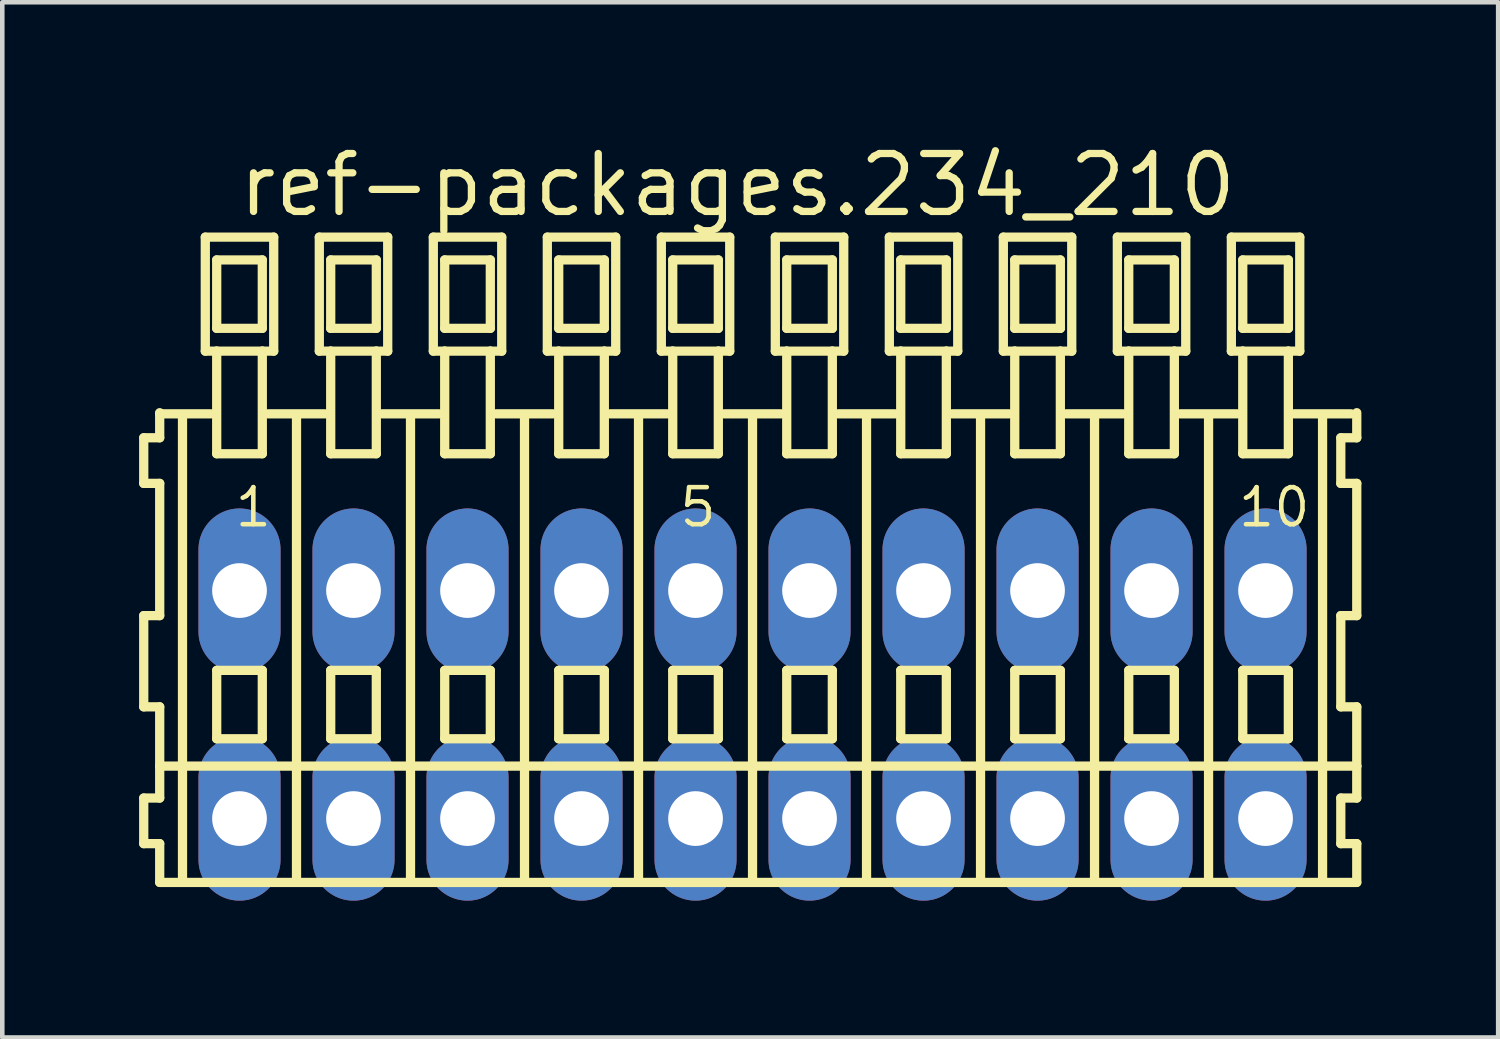
<source format=kicad_pcb>
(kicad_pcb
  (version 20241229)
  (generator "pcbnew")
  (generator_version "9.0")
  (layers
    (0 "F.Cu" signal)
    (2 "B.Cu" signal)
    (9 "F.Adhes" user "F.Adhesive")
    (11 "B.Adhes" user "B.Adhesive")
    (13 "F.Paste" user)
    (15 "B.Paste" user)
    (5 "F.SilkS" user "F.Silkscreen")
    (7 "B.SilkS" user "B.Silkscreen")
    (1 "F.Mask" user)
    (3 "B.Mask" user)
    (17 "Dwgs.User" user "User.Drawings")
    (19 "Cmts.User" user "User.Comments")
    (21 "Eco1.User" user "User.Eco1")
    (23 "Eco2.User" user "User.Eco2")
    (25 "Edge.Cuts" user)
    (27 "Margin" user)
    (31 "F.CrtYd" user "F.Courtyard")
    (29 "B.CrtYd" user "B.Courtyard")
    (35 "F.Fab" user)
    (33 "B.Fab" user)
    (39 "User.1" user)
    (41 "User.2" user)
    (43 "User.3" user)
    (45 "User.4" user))
  (footprint "ref-packages.234_210"
    (layer "F.Cu")
    (at 13.452 12.4)
    (property "Reference" "ref-packages.234_210" (at -11.35 -10.65 0) (layer "F.SilkS") (effects (font (size 1.27 1.27) (thickness 0.16)) (justify left bottom)))
    (attr through_hole)
    (fp_line (start -13.35 -5.85) (end -13.35 -4.85) (stroke (width 0.203) (type default)) (layer "F.SilkS"))
    (fp_line (start -13.35 -4.85) (end -13 -4.85) (stroke (width 0.203) (type default)) (layer "F.SilkS"))
    (fp_line (start -13.35 -1.95) (end -13.35 0.05) (stroke (width 0.203) (type default)) (layer "F.SilkS"))
    (fp_line (start -13.35 0.05) (end -13 0.05) (stroke (width 0.203) (type default)) (layer "F.SilkS"))
    (fp_line (start -13.35 2.05) (end -13.35 3.05) (stroke (width 0.203) (type default)) (layer "F.SilkS"))
    (fp_line (start -13.35 3.05) (end -13 3.05) (stroke (width 0.203) (type default)) (layer "F.SilkS"))
    (fp_line (start -13 -6.4) (end -13 -6.375) (stroke (width 0.203) (type default)) (layer "F.SilkS"))
    (fp_line (start -13 -6.375) (end -13 -5.85) (stroke (width 0.203) (type default)) (layer "F.SilkS"))
    (fp_line (start -13 -6.375) (end -11.875 -6.375) (stroke (width 0.203) (type default)) (layer "F.SilkS"))
    (fp_line (start -13 -5.85) (end -13.35 -5.85) (stroke (width 0.203) (type default)) (layer "F.SilkS"))
    (fp_line (start -13 -4.85) (end -13 -1.95) (stroke (width 0.203) (type default)) (layer "F.SilkS"))
    (fp_line (start -13 -1.95) (end -13.35 -1.95) (stroke (width 0.203) (type default)) (layer "F.SilkS"))
    (fp_line (start -13 0.05) (end -13 1.35) (stroke (width 0.203) (type default)) (layer "F.SilkS"))
    (fp_line (start -13 1.35) (end -13 2.05) (stroke (width 0.203) (type default)) (layer "F.SilkS"))
    (fp_line (start -13 1.35) (end 13.25 1.35) (stroke (width 0.203) (type default)) (layer "F.SilkS"))
    (fp_line (start -13 2.05) (end -13.35 2.05) (stroke (width 0.203) (type default)) (layer "F.SilkS"))
    (fp_line (start -13 3.05) (end -13 3.9) (stroke (width 0.203) (type default)) (layer "F.SilkS"))
    (fp_line (start -13 3.9) (end 13.25 3.9) (stroke (width 0.203) (type default)) (layer "F.SilkS"))
    (fp_line (start -12.5 -6.35) (end -12.5 3.8) (stroke (width 0.203) (type default)) (layer "F.SilkS"))
    (fp_line (start -12 -10.25) (end -12 -7.75) (stroke (width 0.203) (type default)) (layer "F.SilkS"))
    (fp_line (start -12 -7.75) (end -11.75 -7.75) (stroke (width 0.203) (type default)) (layer "F.SilkS"))
    (fp_line (start -11.75 -9.75) (end -11.75 -8.25) (stroke (width 0.203) (type default)) (layer "F.SilkS"))
    (fp_line (start -11.75 -8.25) (end -10.75 -8.25) (stroke (width 0.203) (type default)) (layer "F.SilkS"))
    (fp_line (start -11.75 -7.75) (end -11.75 -5.5) (stroke (width 0.203) (type default)) (layer "F.SilkS"))
    (fp_line (start -11.75 -7.75) (end -10.75 -7.75) (stroke (width 0.203) (type default)) (layer "F.SilkS"))
    (fp_line (start -11.75 -5.5) (end -10.75 -5.5) (stroke (width 0.203) (type default)) (layer "F.SilkS"))
    (fp_line (start -11.75 -0.75) (end -11.75 0.75) (stroke (width 0.203) (type default)) (layer "F.SilkS"))
    (fp_line (start -11.75 0.75) (end -10.75 0.75) (stroke (width 0.203) (type default)) (layer "F.SilkS"))
    (fp_line (start -10.75 -9.75) (end -11.75 -9.75) (stroke (width 0.203) (type default)) (layer "F.SilkS"))
    (fp_line (start -10.75 -8.25) (end -10.75 -9.75) (stroke (width 0.203) (type default)) (layer "F.SilkS"))
    (fp_line (start -10.75 -7.75) (end -10.5 -7.75) (stroke (width 0.203) (type default)) (layer "F.SilkS"))
    (fp_line (start -10.75 -5.5) (end -10.75 -7.75) (stroke (width 0.203) (type default)) (layer "F.SilkS"))
    (fp_line (start -10.75 -0.75) (end -11.75 -0.75) (stroke (width 0.203) (type default)) (layer "F.SilkS"))
    (fp_line (start -10.75 0.75) (end -10.75 -0.75) (stroke (width 0.203) (type default)) (layer "F.SilkS"))
    (fp_line (start -10.625 -6.375) (end -9.375 -6.375) (stroke (width 0.203) (type default)) (layer "F.SilkS"))
    (fp_line (start -10.5 -10.25) (end -12 -10.25) (stroke (width 0.203) (type default)) (layer "F.SilkS"))
    (fp_line (start -10.5 -7.75) (end -10.5 -10.25) (stroke (width 0.203) (type default)) (layer "F.SilkS"))
    (fp_line (start -10 -6.35) (end -10 3.8) (stroke (width 0.203) (type default)) (layer "F.SilkS"))
    (fp_line (start -9.5 -10.25) (end -9.5 -7.75) (stroke (width 0.203) (type default)) (layer "F.SilkS"))
    (fp_line (start -9.5 -7.75) (end -9.25 -7.75) (stroke (width 0.203) (type default)) (layer "F.SilkS"))
    (fp_line (start -9.25 -9.75) (end -9.25 -8.25) (stroke (width 0.203) (type default)) (layer "F.SilkS"))
    (fp_line (start -9.25 -8.25) (end -8.25 -8.25) (stroke (width 0.203) (type default)) (layer "F.SilkS"))
    (fp_line (start -9.25 -7.75) (end -9.25 -5.5) (stroke (width 0.203) (type default)) (layer "F.SilkS"))
    (fp_line (start -9.25 -7.75) (end -8.25 -7.75) (stroke (width 0.203) (type default)) (layer "F.SilkS"))
    (fp_line (start -9.25 -5.5) (end -8.25 -5.5) (stroke (width 0.203) (type default)) (layer "F.SilkS"))
    (fp_line (start -9.25 -0.75) (end -9.25 0.75) (stroke (width 0.203) (type default)) (layer "F.SilkS"))
    (fp_line (start -9.25 0.75) (end -8.25 0.75) (stroke (width 0.203) (type default)) (layer "F.SilkS"))
    (fp_line (start -8.25 -9.75) (end -9.25 -9.75) (stroke (width 0.203) (type default)) (layer "F.SilkS"))
    (fp_line (start -8.25 -8.25) (end -8.25 -9.75) (stroke (width 0.203) (type default)) (layer "F.SilkS"))
    (fp_line (start -8.25 -7.75) (end -8 -7.75) (stroke (width 0.203) (type default)) (layer "F.SilkS"))
    (fp_line (start -8.25 -5.5) (end -8.25 -7.75) (stroke (width 0.203) (type default)) (layer "F.SilkS"))
    (fp_line (start -8.25 -0.75) (end -9.25 -0.75) (stroke (width 0.203) (type default)) (layer "F.SilkS"))
    (fp_line (start -8.25 0.75) (end -8.25 -0.75) (stroke (width 0.203) (type default)) (layer "F.SilkS"))
    (fp_line (start -8.125 -6.375) (end -6.875 -6.375) (stroke (width 0.203) (type default)) (layer "F.SilkS"))
    (fp_line (start -8 -10.25) (end -9.5 -10.25) (stroke (width 0.203) (type default)) (layer "F.SilkS"))
    (fp_line (start -8 -7.75) (end -8 -10.25) (stroke (width 0.203) (type default)) (layer "F.SilkS"))
    (fp_line (start -7.5 -6.35) (end -7.5 3.8) (stroke (width 0.203) (type default)) (layer "F.SilkS"))
    (fp_line (start -7 -10.25) (end -7 -7.75) (stroke (width 0.203) (type default)) (layer "F.SilkS"))
    (fp_line (start -7 -7.75) (end -6.75 -7.75) (stroke (width 0.203) (type default)) (layer "F.SilkS"))
    (fp_line (start -6.75 -9.75) (end -6.75 -8.25) (stroke (width 0.203) (type default)) (layer "F.SilkS"))
    (fp_line (start -6.75 -8.25) (end -5.75 -8.25) (stroke (width 0.203) (type default)) (layer "F.SilkS"))
    (fp_line (start -6.75 -7.75) (end -6.75 -5.5) (stroke (width 0.203) (type default)) (layer "F.SilkS"))
    (fp_line (start -6.75 -7.75) (end -5.75 -7.75) (stroke (width 0.203) (type default)) (layer "F.SilkS"))
    (fp_line (start -6.75 -5.5) (end -5.75 -5.5) (stroke (width 0.203) (type default)) (layer "F.SilkS"))
    (fp_line (start -6.75 -0.75) (end -6.75 0.75) (stroke (width 0.203) (type default)) (layer "F.SilkS"))
    (fp_line (start -6.75 0.75) (end -5.75 0.75) (stroke (width 0.203) (type default)) (layer "F.SilkS"))
    (fp_line (start -5.75 -9.75) (end -6.75 -9.75) (stroke (width 0.203) (type default)) (layer "F.SilkS"))
    (fp_line (start -5.75 -8.25) (end -5.75 -9.75) (stroke (width 0.203) (type default)) (layer "F.SilkS"))
    (fp_line (start -5.75 -7.75) (end -5.5 -7.75) (stroke (width 0.203) (type default)) (layer "F.SilkS"))
    (fp_line (start -5.75 -5.5) (end -5.75 -7.75) (stroke (width 0.203) (type default)) (layer "F.SilkS"))
    (fp_line (start -5.75 -0.75) (end -6.75 -0.75) (stroke (width 0.203) (type default)) (layer "F.SilkS"))
    (fp_line (start -5.75 0.75) (end -5.75 -0.75) (stroke (width 0.203) (type default)) (layer "F.SilkS"))
    (fp_line (start -5.625 -6.375) (end -4.375 -6.375) (stroke (width 0.203) (type default)) (layer "F.SilkS"))
    (fp_line (start -5.5 -10.25) (end -7 -10.25) (stroke (width 0.203) (type default)) (layer "F.SilkS"))
    (fp_line (start -5.5 -7.75) (end -5.5 -10.25) (stroke (width 0.203) (type default)) (layer "F.SilkS"))
    (fp_line (start -5 -6.35) (end -5 3.8) (stroke (width 0.203) (type default)) (layer "F.SilkS"))
    (fp_line (start -4.5 -10.25) (end -4.5 -7.75) (stroke (width 0.203) (type default)) (layer "F.SilkS"))
    (fp_line (start -4.5 -7.75) (end -4.25 -7.75) (stroke (width 0.203) (type default)) (layer "F.SilkS"))
    (fp_line (start -4.25 -9.75) (end -4.25 -8.25) (stroke (width 0.203) (type default)) (layer "F.SilkS"))
    (fp_line (start -4.25 -8.25) (end -3.25 -8.25) (stroke (width 0.203) (type default)) (layer "F.SilkS"))
    (fp_line (start -4.25 -7.75) (end -4.25 -5.5) (stroke (width 0.203) (type default)) (layer "F.SilkS"))
    (fp_line (start -4.25 -7.75) (end -3.25 -7.75) (stroke (width 0.203) (type default)) (layer "F.SilkS"))
    (fp_line (start -4.25 -5.5) (end -3.25 -5.5) (stroke (width 0.203) (type default)) (layer "F.SilkS"))
    (fp_line (start -4.25 -0.75) (end -4.25 0.75) (stroke (width 0.203) (type default)) (layer "F.SilkS"))
    (fp_line (start -4.25 0.75) (end -3.25 0.75) (stroke (width 0.203) (type default)) (layer "F.SilkS"))
    (fp_line (start -3.25 -9.75) (end -4.25 -9.75) (stroke (width 0.203) (type default)) (layer "F.SilkS"))
    (fp_line (start -3.25 -8.25) (end -3.25 -9.75) (stroke (width 0.203) (type default)) (layer "F.SilkS"))
    (fp_line (start -3.25 -7.75) (end -3 -7.75) (stroke (width 0.203) (type default)) (layer "F.SilkS"))
    (fp_line (start -3.25 -5.5) (end -3.25 -7.75) (stroke (width 0.203) (type default)) (layer "F.SilkS"))
    (fp_line (start -3.25 -0.75) (end -4.25 -0.75) (stroke (width 0.203) (type default)) (layer "F.SilkS"))
    (fp_line (start -3.25 0.75) (end -3.25 -0.75) (stroke (width 0.203) (type default)) (layer "F.SilkS"))
    (fp_line (start -3.125 -6.375) (end -1.875 -6.375) (stroke (width 0.203) (type default)) (layer "F.SilkS"))
    (fp_line (start -3 -10.25) (end -4.5 -10.25) (stroke (width 0.203) (type default)) (layer "F.SilkS"))
    (fp_line (start -3 -7.75) (end -3 -10.25) (stroke (width 0.203) (type default)) (layer "F.SilkS"))
    (fp_line (start -2.5 -6.35) (end -2.5 3.8) (stroke (width 0.203) (type default)) (layer "F.SilkS"))
    (fp_line (start -2 -10.25) (end -2 -7.75) (stroke (width 0.203) (type default)) (layer "F.SilkS"))
    (fp_line (start -2 -7.75) (end -1.75 -7.75) (stroke (width 0.203) (type default)) (layer "F.SilkS"))
    (fp_line (start -1.75 -9.75) (end -1.75 -8.25) (stroke (width 0.203) (type default)) (layer "F.SilkS"))
    (fp_line (start -1.75 -8.25) (end -0.75 -8.25) (stroke (width 0.203) (type default)) (layer "F.SilkS"))
    (fp_line (start -1.75 -7.75) (end -1.75 -5.5) (stroke (width 0.203) (type default)) (layer "F.SilkS"))
    (fp_line (start -1.75 -7.75) (end -0.75 -7.75) (stroke (width 0.203) (type default)) (layer "F.SilkS"))
    (fp_line (start -1.75 -5.5) (end -0.75 -5.5) (stroke (width 0.203) (type default)) (layer "F.SilkS"))
    (fp_line (start -1.75 -0.75) (end -1.75 0.75) (stroke (width 0.203) (type default)) (layer "F.SilkS"))
    (fp_line (start -1.75 0.75) (end -0.75 0.75) (stroke (width 0.203) (type default)) (layer "F.SilkS"))
    (fp_line (start -0.75 -9.75) (end -1.75 -9.75) (stroke (width 0.203) (type default)) (layer "F.SilkS"))
    (fp_line (start -0.75 -8.25) (end -0.75 -9.75) (stroke (width 0.203) (type default)) (layer "F.SilkS"))
    (fp_line (start -0.75 -7.75) (end -0.5 -7.75) (stroke (width 0.203) (type default)) (layer "F.SilkS"))
    (fp_line (start -0.75 -5.5) (end -0.75 -7.75) (stroke (width 0.203) (type default)) (layer "F.SilkS"))
    (fp_line (start -0.75 -0.75) (end -1.75 -0.75) (stroke (width 0.203) (type default)) (layer "F.SilkS"))
    (fp_line (start -0.75 0.75) (end -0.75 -0.75) (stroke (width 0.203) (type default)) (layer "F.SilkS"))
    (fp_line (start -0.625 -6.375) (end 0.625 -6.375) (stroke (width 0.203) (type default)) (layer "F.SilkS"))
    (fp_line (start -0.5 -10.25) (end -2 -10.25) (stroke (width 0.203) (type default)) (layer "F.SilkS"))
    (fp_line (start -0.5 -7.75) (end -0.5 -10.25) (stroke (width 0.203) (type default)) (layer "F.SilkS"))
    (fp_line (start 0 -6.35) (end 0 3.8) (stroke (width 0.203) (type default)) (layer "F.SilkS"))
    (fp_line (start 0.5 -10.25) (end 0.5 -7.75) (stroke (width 0.203) (type default)) (layer "F.SilkS"))
    (fp_line (start 0.5 -7.75) (end 0.75 -7.75) (stroke (width 0.203) (type default)) (layer "F.SilkS"))
    (fp_line (start 0.75 -9.75) (end 0.75 -8.25) (stroke (width 0.203) (type default)) (layer "F.SilkS"))
    (fp_line (start 0.75 -8.25) (end 1.75 -8.25) (stroke (width 0.203) (type default)) (layer "F.SilkS"))
    (fp_line (start 0.75 -7.75) (end 0.75 -5.5) (stroke (width 0.203) (type default)) (layer "F.SilkS"))
    (fp_line (start 0.75 -7.75) (end 1.75 -7.75) (stroke (width 0.203) (type default)) (layer "F.SilkS"))
    (fp_line (start 0.75 -5.5) (end 1.75 -5.5) (stroke (width 0.203) (type default)) (layer "F.SilkS"))
    (fp_line (start 0.75 -0.75) (end 0.75 0.75) (stroke (width 0.203) (type default)) (layer "F.SilkS"))
    (fp_line (start 0.75 0.75) (end 1.75 0.75) (stroke (width 0.203) (type default)) (layer "F.SilkS"))
    (fp_line (start 1.75 -9.75) (end 0.75 -9.75) (stroke (width 0.203) (type default)) (layer "F.SilkS"))
    (fp_line (start 1.75 -8.25) (end 1.75 -9.75) (stroke (width 0.203) (type default)) (layer "F.SilkS"))
    (fp_line (start 1.75 -7.75) (end 2 -7.75) (stroke (width 0.203) (type default)) (layer "F.SilkS"))
    (fp_line (start 1.75 -5.5) (end 1.75 -7.75) (stroke (width 0.203) (type default)) (layer "F.SilkS"))
    (fp_line (start 1.75 -0.75) (end 0.75 -0.75) (stroke (width 0.203) (type default)) (layer "F.SilkS"))
    (fp_line (start 1.75 0.75) (end 1.75 -0.75) (stroke (width 0.203) (type default)) (layer "F.SilkS"))
    (fp_line (start 1.875 -6.375) (end 3.125 -6.375) (stroke (width 0.203) (type default)) (layer "F.SilkS"))
    (fp_line (start 2 -10.25) (end 0.5 -10.25) (stroke (width 0.203) (type default)) (layer "F.SilkS"))
    (fp_line (start 2 -7.75) (end 2 -10.25) (stroke (width 0.203) (type default)) (layer "F.SilkS"))
    (fp_line (start 2.5 -6.35) (end 2.5 3.8) (stroke (width 0.203) (type default)) (layer "F.SilkS"))
    (fp_line (start 3 -10.25) (end 3 -7.75) (stroke (width 0.203) (type default)) (layer "F.SilkS"))
    (fp_line (start 3 -7.75) (end 3.25 -7.75) (stroke (width 0.203) (type default)) (layer "F.SilkS"))
    (fp_line (start 3.25 -9.75) (end 3.25 -8.25) (stroke (width 0.203) (type default)) (layer "F.SilkS"))
    (fp_line (start 3.25 -8.25) (end 4.25 -8.25) (stroke (width 0.203) (type default)) (layer "F.SilkS"))
    (fp_line (start 3.25 -7.75) (end 3.25 -5.5) (stroke (width 0.203) (type default)) (layer "F.SilkS"))
    (fp_line (start 3.25 -7.75) (end 4.25 -7.75) (stroke (width 0.203) (type default)) (layer "F.SilkS"))
    (fp_line (start 3.25 -5.5) (end 4.25 -5.5) (stroke (width 0.203) (type default)) (layer "F.SilkS"))
    (fp_line (start 3.25 -0.75) (end 3.25 0.75) (stroke (width 0.203) (type default)) (layer "F.SilkS"))
    (fp_line (start 3.25 0.75) (end 4.25 0.75) (stroke (width 0.203) (type default)) (layer "F.SilkS"))
    (fp_line (start 4.25 -9.75) (end 3.25 -9.75) (stroke (width 0.203) (type default)) (layer "F.SilkS"))
    (fp_line (start 4.25 -8.25) (end 4.25 -9.75) (stroke (width 0.203) (type default)) (layer "F.SilkS"))
    (fp_line (start 4.25 -7.75) (end 4.5 -7.75) (stroke (width 0.203) (type default)) (layer "F.SilkS"))
    (fp_line (start 4.25 -5.5) (end 4.25 -7.75) (stroke (width 0.203) (type default)) (layer "F.SilkS"))
    (fp_line (start 4.25 -0.75) (end 3.25 -0.75) (stroke (width 0.203) (type default)) (layer "F.SilkS"))
    (fp_line (start 4.25 0.75) (end 4.25 -0.75) (stroke (width 0.203) (type default)) (layer "F.SilkS"))
    (fp_line (start 4.375 -6.375) (end 5.625 -6.375) (stroke (width 0.203) (type default)) (layer "F.SilkS"))
    (fp_line (start 4.5 -10.25) (end 3 -10.25) (stroke (width 0.203) (type default)) (layer "F.SilkS"))
    (fp_line (start 4.5 -7.75) (end 4.5 -10.25) (stroke (width 0.203) (type default)) (layer "F.SilkS"))
    (fp_line (start 5 -6.35) (end 5 3.8) (stroke (width 0.203) (type default)) (layer "F.SilkS"))
    (fp_line (start 5.5 -10.25) (end 5.5 -7.75) (stroke (width 0.203) (type default)) (layer "F.SilkS"))
    (fp_line (start 5.5 -7.75) (end 5.75 -7.75) (stroke (width 0.203) (type default)) (layer "F.SilkS"))
    (fp_line (start 5.75 -9.75) (end 5.75 -8.25) (stroke (width 0.203) (type default)) (layer "F.SilkS"))
    (fp_line (start 5.75 -8.25) (end 6.75 -8.25) (stroke (width 0.203) (type default)) (layer "F.SilkS"))
    (fp_line (start 5.75 -7.75) (end 5.75 -5.5) (stroke (width 0.203) (type default)) (layer "F.SilkS"))
    (fp_line (start 5.75 -7.75) (end 6.75 -7.75) (stroke (width 0.203) (type default)) (layer "F.SilkS"))
    (fp_line (start 5.75 -5.5) (end 6.75 -5.5) (stroke (width 0.203) (type default)) (layer "F.SilkS"))
    (fp_line (start 5.75 -0.75) (end 5.75 0.75) (stroke (width 0.203) (type default)) (layer "F.SilkS"))
    (fp_line (start 5.75 0.75) (end 6.75 0.75) (stroke (width 0.203) (type default)) (layer "F.SilkS"))
    (fp_line (start 6.75 -9.75) (end 5.75 -9.75) (stroke (width 0.203) (type default)) (layer "F.SilkS"))
    (fp_line (start 6.75 -8.25) (end 6.75 -9.75) (stroke (width 0.203) (type default)) (layer "F.SilkS"))
    (fp_line (start 6.75 -7.75) (end 7 -7.75) (stroke (width 0.203) (type default)) (layer "F.SilkS"))
    (fp_line (start 6.75 -5.5) (end 6.75 -7.75) (stroke (width 0.203) (type default)) (layer "F.SilkS"))
    (fp_line (start 6.75 -0.75) (end 5.75 -0.75) (stroke (width 0.203) (type default)) (layer "F.SilkS"))
    (fp_line (start 6.75 0.75) (end 6.75 -0.75) (stroke (width 0.203) (type default)) (layer "F.SilkS"))
    (fp_line (start 6.875 -6.375) (end 8.125 -6.375) (stroke (width 0.203) (type default)) (layer "F.SilkS"))
    (fp_line (start 7 -10.25) (end 5.5 -10.25) (stroke (width 0.203) (type default)) (layer "F.SilkS"))
    (fp_line (start 7 -7.75) (end 7 -10.25) (stroke (width 0.203) (type default)) (layer "F.SilkS"))
    (fp_line (start 7.5 -6.35) (end 7.5 3.8) (stroke (width 0.203) (type default)) (layer "F.SilkS"))
    (fp_line (start 8 -10.25) (end 8 -7.75) (stroke (width 0.203) (type default)) (layer "F.SilkS"))
    (fp_line (start 8 -7.75) (end 8.25 -7.75) (stroke (width 0.203) (type default)) (layer "F.SilkS"))
    (fp_line (start 8.25 -9.75) (end 8.25 -8.25) (stroke (width 0.203) (type default)) (layer "F.SilkS"))
    (fp_line (start 8.25 -8.25) (end 9.25 -8.25) (stroke (width 0.203) (type default)) (layer "F.SilkS"))
    (fp_line (start 8.25 -7.75) (end 8.25 -5.5) (stroke (width 0.203) (type default)) (layer "F.SilkS"))
    (fp_line (start 8.25 -7.75) (end 9.25 -7.75) (stroke (width 0.203) (type default)) (layer "F.SilkS"))
    (fp_line (start 8.25 -5.5) (end 9.25 -5.5) (stroke (width 0.203) (type default)) (layer "F.SilkS"))
    (fp_line (start 8.25 -0.75) (end 8.25 0.75) (stroke (width 0.203) (type default)) (layer "F.SilkS"))
    (fp_line (start 8.25 0.75) (end 9.25 0.75) (stroke (width 0.203) (type default)) (layer "F.SilkS"))
    (fp_line (start 9.25 -9.75) (end 8.25 -9.75) (stroke (width 0.203) (type default)) (layer "F.SilkS"))
    (fp_line (start 9.25 -8.25) (end 9.25 -9.75) (stroke (width 0.203) (type default)) (layer "F.SilkS"))
    (fp_line (start 9.25 -7.75) (end 9.5 -7.75) (stroke (width 0.203) (type default)) (layer "F.SilkS"))
    (fp_line (start 9.25 -5.5) (end 9.25 -7.75) (stroke (width 0.203) (type default)) (layer "F.SilkS"))
    (fp_line (start 9.25 -0.75) (end 8.25 -0.75) (stroke (width 0.203) (type default)) (layer "F.SilkS"))
    (fp_line (start 9.25 0.75) (end 9.25 -0.75) (stroke (width 0.203) (type default)) (layer "F.SilkS"))
    (fp_line (start 9.375 -6.375) (end 10.625 -6.375) (stroke (width 0.203) (type default)) (layer "F.SilkS"))
    (fp_line (start 9.5 -10.25) (end 8 -10.25) (stroke (width 0.203) (type default)) (layer "F.SilkS"))
    (fp_line (start 9.5 -7.75) (end 9.5 -10.25) (stroke (width 0.203) (type default)) (layer "F.SilkS"))
    (fp_line (start 10 -6.35) (end 10 3.8) (stroke (width 0.203) (type default)) (layer "F.SilkS"))
    (fp_line (start 10.5 -10.25) (end 10.5 -7.75) (stroke (width 0.203) (type default)) (layer "F.SilkS"))
    (fp_line (start 10.5 -7.75) (end 10.75 -7.75) (stroke (width 0.203) (type default)) (layer "F.SilkS"))
    (fp_line (start 10.75 -9.75) (end 10.75 -8.25) (stroke (width 0.203) (type default)) (layer "F.SilkS"))
    (fp_line (start 10.75 -8.25) (end 11.75 -8.25) (stroke (width 0.203) (type default)) (layer "F.SilkS"))
    (fp_line (start 10.75 -7.75) (end 10.75 -5.5) (stroke (width 0.203) (type default)) (layer "F.SilkS"))
    (fp_line (start 10.75 -7.75) (end 11.75 -7.75) (stroke (width 0.203) (type default)) (layer "F.SilkS"))
    (fp_line (start 10.75 -5.5) (end 11.75 -5.5) (stroke (width 0.203) (type default)) (layer "F.SilkS"))
    (fp_line (start 10.75 -0.75) (end 10.75 0.75) (stroke (width 0.203) (type default)) (layer "F.SilkS"))
    (fp_line (start 10.75 0.75) (end 11.75 0.75) (stroke (width 0.203) (type default)) (layer "F.SilkS"))
    (fp_line (start 11.75 -9.75) (end 10.75 -9.75) (stroke (width 0.203) (type default)) (layer "F.SilkS"))
    (fp_line (start 11.75 -8.25) (end 11.75 -9.75) (stroke (width 0.203) (type default)) (layer "F.SilkS"))
    (fp_line (start 11.75 -7.75) (end 12 -7.75) (stroke (width 0.203) (type default)) (layer "F.SilkS"))
    (fp_line (start 11.75 -5.5) (end 11.75 -7.75) (stroke (width 0.203) (type default)) (layer "F.SilkS"))
    (fp_line (start 11.75 -0.75) (end 10.75 -0.75) (stroke (width 0.203) (type default)) (layer "F.SilkS"))
    (fp_line (start 11.75 0.75) (end 11.75 -0.75) (stroke (width 0.203) (type default)) (layer "F.SilkS"))
    (fp_line (start 11.875 -6.375) (end 13.125 -6.375) (stroke (width 0.203) (type default)) (layer "F.SilkS"))
    (fp_line (start 12 -10.25) (end 10.5 -10.25) (stroke (width 0.203) (type default)) (layer "F.SilkS"))
    (fp_line (start 12 -7.75) (end 12 -10.25) (stroke (width 0.203) (type default)) (layer "F.SilkS"))
    (fp_line (start 12.5 -6.35) (end 12.5 3.8) (stroke (width 0.203) (type default)) (layer "F.SilkS"))
    (fp_line (start 12.9 -5.85) (end 12.9 -4.85) (stroke (width 0.203) (type default)) (layer "F.SilkS"))
    (fp_line (start 12.9 -4.85) (end 13.25 -4.85) (stroke (width 0.203) (type default)) (layer "F.SilkS"))
    (fp_line (start 12.9 -1.95) (end 12.9 0.05) (stroke (width 0.203) (type default)) (layer "F.SilkS"))
    (fp_line (start 12.9 0.05) (end 13.25 0.05) (stroke (width 0.203) (type default)) (layer "F.SilkS"))
    (fp_line (start 12.9 2.05) (end 12.9 3.05) (stroke (width 0.203) (type default)) (layer "F.SilkS"))
    (fp_line (start 12.9 3.05) (end 13.25 3.05) (stroke (width 0.203) (type default)) (layer "F.SilkS"))
    (fp_line (start 13.25 -5.85) (end 12.9 -5.85) (stroke (width 0.203) (type default)) (layer "F.SilkS"))
    (fp_line (start 13.25 -5.85) (end 13.25 -6.4) (stroke (width 0.203) (type default)) (layer "F.SilkS"))
    (fp_line (start 13.25 -1.95) (end 12.9 -1.95) (stroke (width 0.203) (type default)) (layer "F.SilkS"))
    (fp_line (start 13.25 -1.95) (end 13.25 -4.85) (stroke (width 0.203) (type default)) (layer "F.SilkS"))
    (fp_line (start 13.25 1.35) (end 13.25 0.05) (stroke (width 0.203) (type default)) (layer "F.SilkS"))
    (fp_line (start 13.25 2.05) (end 12.9 2.05) (stroke (width 0.203) (type default)) (layer "F.SilkS"))
    (fp_line (start 13.25 2.05) (end 13.25 1.35) (stroke (width 0.203) (type default)) (layer "F.SilkS"))
    (fp_line (start 13.25 3.9) (end 13.25 3.05) (stroke (width 0.203) (type default)) (layer "F.SilkS"))
    (fp_text user "1" (at -11.4 -3.85 0) (layer "F.SilkS") (effects (font (size 0.813 0.813) (thickness 0.1)) (justify left bottom)))
    (fp_text user "10" (at 10.6 -3.85 0) (layer "F.SilkS") (effects (font (size 0.813 0.813) (thickness 0.1)) (justify left bottom)))
    (fp_text user "5" (at -1.65 -3.85 0) (layer "F.SilkS") (effects (font (size 0.813 0.813) (thickness 0.1)) (justify left bottom)))
    (pad "A1" thru_hole oval (at -11.25 -2.5 90) (size 3.6 1.8) (drill 1.2) (layers "*.Cu" "*.Mask"))
    (pad "A2" thru_hole oval (at -8.75 -2.5 90) (size 3.6 1.8) (drill 1.2) (layers "*.Cu" "*.Mask"))
    (pad "A3" thru_hole oval (at -6.25 -2.5 90) (size 3.6 1.8) (drill 1.2) (layers "*.Cu" "*.Mask"))
    (pad "A4" thru_hole oval (at -3.75 -2.5 90) (size 3.6 1.8) (drill 1.2) (layers "*.Cu" "*.Mask"))
    (pad "A5" thru_hole oval (at -1.25 -2.5 90) (size 3.6 1.8) (drill 1.2) (layers "*.Cu" "*.Mask"))
    (pad "A6" thru_hole oval (at 1.25 -2.5 90) (size 3.6 1.8) (drill 1.2) (layers "*.Cu" "*.Mask"))
    (pad "A7" thru_hole oval (at 3.75 -2.5 90) (size 3.6 1.8) (drill 1.2) (layers "*.Cu" "*.Mask"))
    (pad "A8" thru_hole oval (at 6.25 -2.5 90) (size 3.6 1.8) (drill 1.2) (layers "*.Cu" "*.Mask"))
    (pad "A9" thru_hole oval (at 8.75 -2.5 90) (size 3.6 1.8) (drill 1.2) (layers "*.Cu" "*.Mask"))
    (pad "A10" thru_hole oval (at 11.25 -2.5 90) (size 3.6 1.8) (drill 1.2) (layers "*.Cu" "*.Mask"))
    (pad "B1" thru_hole oval (at -11.25 2.5 90) (size 3.6 1.8) (drill 1.2) (layers "*.Cu" "*.Mask"))
    (pad "B2" thru_hole oval (at -8.75 2.5 90) (size 3.6 1.8) (drill 1.2) (layers "*.Cu" "*.Mask"))
    (pad "B3" thru_hole oval (at -6.25 2.5 90) (size 3.6 1.8) (drill 1.2) (layers "*.Cu" "*.Mask"))
    (pad "B4" thru_hole oval (at -3.75 2.5 90) (size 3.6 1.8) (drill 1.2) (layers "*.Cu" "*.Mask"))
    (pad "B5" thru_hole oval (at -1.25 2.5 90) (size 3.6 1.8) (drill 1.2) (layers "*.Cu" "*.Mask"))
    (pad "B6" thru_hole oval (at 1.25 2.5 90) (size 3.6 1.8) (drill 1.2) (layers "*.Cu" "*.Mask"))
    (pad "B7" thru_hole oval (at 3.75 2.5 90) (size 3.6 1.8) (drill 1.2) (layers "*.Cu" "*.Mask"))
    (pad "B8" thru_hole oval (at 6.25 2.5 90) (size 3.6 1.8) (drill 1.2) (layers "*.Cu" "*.Mask"))
    (pad "B9" thru_hole oval (at 8.75 2.5 90) (size 3.6 1.8) (drill 1.2) (layers "*.Cu" "*.Mask"))
    (pad "B10" thru_hole oval (at 11.25 2.5 90) (size 3.6 1.8) (drill 1.2) (layers "*.Cu" "*.Mask")))
  (gr_rect
    (start -3 -3)
    (end 29.803 19.7)
    (stroke (width 0.1) (type default))
    (fill no)
    (layer "Edge.Cuts")))
</source>
